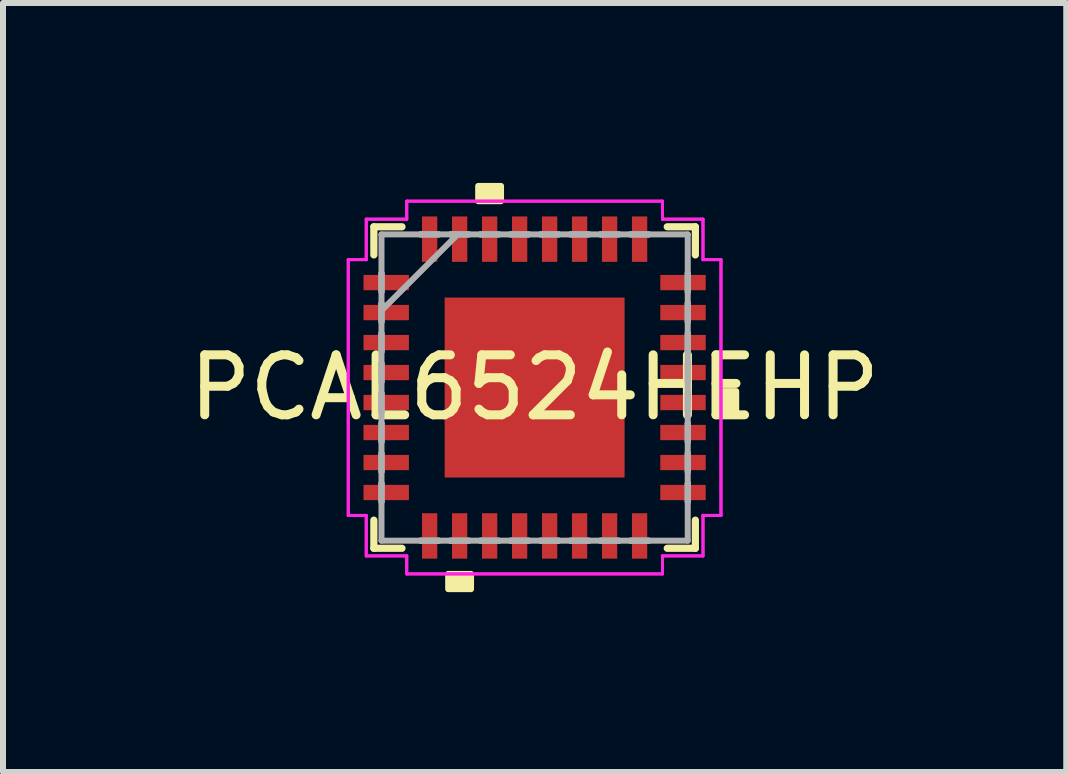
<source format=kicad_pcb>
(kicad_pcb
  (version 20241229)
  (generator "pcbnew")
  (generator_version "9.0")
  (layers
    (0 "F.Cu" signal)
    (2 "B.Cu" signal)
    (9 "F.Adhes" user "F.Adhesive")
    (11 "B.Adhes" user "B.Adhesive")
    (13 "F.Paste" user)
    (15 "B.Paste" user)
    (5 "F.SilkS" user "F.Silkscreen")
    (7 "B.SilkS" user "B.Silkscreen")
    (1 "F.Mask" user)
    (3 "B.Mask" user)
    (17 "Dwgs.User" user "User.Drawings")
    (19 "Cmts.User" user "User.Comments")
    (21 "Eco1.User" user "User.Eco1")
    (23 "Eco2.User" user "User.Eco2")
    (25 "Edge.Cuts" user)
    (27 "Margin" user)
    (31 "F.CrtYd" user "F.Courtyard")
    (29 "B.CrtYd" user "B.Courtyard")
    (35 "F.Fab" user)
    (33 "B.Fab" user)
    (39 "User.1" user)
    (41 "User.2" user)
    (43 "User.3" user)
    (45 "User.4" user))
  (footprint "PCAL6524HEHP"
    (layer "F.Cu")
    (at 5.863 3.411)
    (property "Reference" "PCAL6524HEHP" (at 0 0 0) (layer "F.SilkS") (effects (font (size 1 1) (thickness 0.15))))
    (attr smd)
    (fp_poly (pts (xy -1.549 -1.549) (xy 1.549 -1.549) (xy 1.549 1.549) (xy -1.549 1.549)) (stroke (width 0.1) (type solid)) (fill yes) (layer "F.Mask"))
    (fp_line (start -2.68 -2.68) (end -2.68 -2.211) (stroke (width 0.12) (type solid)) (layer "F.SilkS"))
    (fp_line (start -2.68 2.211) (end -2.68 2.68) (stroke (width 0.12) (type solid)) (layer "F.SilkS"))
    (fp_line (start -2.68 2.68) (end -2.211 2.68) (stroke (width 0.12) (type solid)) (layer "F.SilkS"))
    (fp_line (start -2.211 -2.68) (end -2.68 -2.68) (stroke (width 0.12) (type solid)) (layer "F.SilkS"))
    (fp_line (start 2.211 2.68) (end 2.68 2.68) (stroke (width 0.12) (type solid)) (layer "F.SilkS"))
    (fp_line (start 2.68 -2.68) (end 2.211 -2.68) (stroke (width 0.12) (type solid)) (layer "F.SilkS"))
    (fp_line (start 2.68 -2.211) (end 2.68 -2.68) (stroke (width 0.12) (type solid)) (layer "F.SilkS"))
    (fp_line (start 2.68 2.68) (end 2.68 2.211) (stroke (width 0.12) (type solid)) (layer "F.SilkS"))
    (fp_poly (pts (xy -1.441 3.107) (xy -1.441 3.361) (xy -1.06 3.361) (xy -1.06 3.107)) (stroke (width 0.1) (type solid)) (fill yes) (layer "F.SilkS"))
    (fp_poly (pts (xy -0.941 -3.107) (xy -0.941 -3.361) (xy -0.56 -3.361) (xy -0.56 -3.107)) (stroke (width 0.1) (type solid)) (fill yes) (layer "F.SilkS"))
    (fp_poly (pts (xy 3.361 0.06) (xy 3.361 0.441) (xy 3.107 0.441) (xy 3.107 0.06)) (stroke (width 0.1) (type solid)) (fill yes) (layer "F.SilkS"))
    (fp_line (start -3.107 -2.132) (end -2.807 -2.132) (stroke (width 0.05) (type solid)) (layer "F.CrtYd"))
    (fp_line (start -3.107 -2.132) (end -2.807 -2.132) (stroke (width 0.05) (type solid)) (layer "F.CrtYd"))
    (fp_line (start -3.107 2.132) (end -3.107 -2.132) (stroke (width 0.05) (type solid)) (layer "F.CrtYd"))
    (fp_line (start -3.107 2.132) (end -3.107 -2.132) (stroke (width 0.05) (type solid)) (layer "F.CrtYd"))
    (fp_line (start -2.807 -2.807) (end -2.132 -2.807) (stroke (width 0.05) (type solid)) (layer "F.CrtYd"))
    (fp_line (start -2.807 -2.807) (end -2.132 -2.807) (stroke (width 0.05) (type solid)) (layer "F.CrtYd"))
    (fp_line (start -2.807 -2.132) (end -2.807 -2.807) (stroke (width 0.05) (type solid)) (layer "F.CrtYd"))
    (fp_line (start -2.807 -2.132) (end -2.807 -2.807) (stroke (width 0.05) (type solid)) (layer "F.CrtYd"))
    (fp_line (start -2.807 2.132) (end -3.107 2.132) (stroke (width 0.05) (type solid)) (layer "F.CrtYd"))
    (fp_line (start -2.807 2.132) (end -3.107 2.132) (stroke (width 0.05) (type solid)) (layer "F.CrtYd"))
    (fp_line (start -2.807 2.807) (end -2.807 2.132) (stroke (width 0.05) (type solid)) (layer "F.CrtYd"))
    (fp_line (start -2.807 2.807) (end -2.807 2.132) (stroke (width 0.05) (type solid)) (layer "F.CrtYd"))
    (fp_line (start -2.132 -3.107) (end 2.132 -3.107) (stroke (width 0.05) (type solid)) (layer "F.CrtYd"))
    (fp_line (start -2.132 -3.107) (end 2.132 -3.107) (stroke (width 0.05) (type solid)) (layer "F.CrtYd"))
    (fp_line (start -2.132 -2.807) (end -2.132 -3.107) (stroke (width 0.05) (type solid)) (layer "F.CrtYd"))
    (fp_line (start -2.132 -2.807) (end -2.132 -3.107) (stroke (width 0.05) (type solid)) (layer "F.CrtYd"))
    (fp_line (start -2.132 2.807) (end -2.807 2.807) (stroke (width 0.05) (type solid)) (layer "F.CrtYd"))
    (fp_line (start -2.132 2.807) (end -2.807 2.807) (stroke (width 0.05) (type solid)) (layer "F.CrtYd"))
    (fp_line (start -2.132 3.107) (end -2.132 2.807) (stroke (width 0.05) (type solid)) (layer "F.CrtYd"))
    (fp_line (start -2.132 3.107) (end -2.132 2.807) (stroke (width 0.05) (type solid)) (layer "F.CrtYd"))
    (fp_line (start 2.132 -3.107) (end 2.132 -2.807) (stroke (width 0.05) (type solid)) (layer "F.CrtYd"))
    (fp_line (start 2.132 -3.107) (end 2.132 -2.807) (stroke (width 0.05) (type solid)) (layer "F.CrtYd"))
    (fp_line (start 2.132 -2.807) (end 2.807 -2.807) (stroke (width 0.05) (type solid)) (layer "F.CrtYd"))
    (fp_line (start 2.132 -2.807) (end 2.807 -2.807) (stroke (width 0.05) (type solid)) (layer "F.CrtYd"))
    (fp_line (start 2.132 2.807) (end 2.132 3.107) (stroke (width 0.05) (type solid)) (layer "F.CrtYd"))
    (fp_line (start 2.132 2.807) (end 2.132 3.107) (stroke (width 0.05) (type solid)) (layer "F.CrtYd"))
    (fp_line (start 2.132 3.107) (end -2.132 3.107) (stroke (width 0.05) (type solid)) (layer "F.CrtYd"))
    (fp_line (start 2.132 3.107) (end -2.132 3.107) (stroke (width 0.05) (type solid)) (layer "F.CrtYd"))
    (fp_line (start 2.807 -2.807) (end 2.807 -2.132) (stroke (width 0.05) (type solid)) (layer "F.CrtYd"))
    (fp_line (start 2.807 -2.807) (end 2.807 -2.132) (stroke (width 0.05) (type solid)) (layer "F.CrtYd"))
    (fp_line (start 2.807 -2.132) (end 3.107 -2.132) (stroke (width 0.05) (type solid)) (layer "F.CrtYd"))
    (fp_line (start 2.807 -2.132) (end 3.107 -2.132) (stroke (width 0.05) (type solid)) (layer "F.CrtYd"))
    (fp_line (start 2.807 2.132) (end 2.807 2.807) (stroke (width 0.05) (type solid)) (layer "F.CrtYd"))
    (fp_line (start 2.807 2.132) (end 2.807 2.807) (stroke (width 0.05) (type solid)) (layer "F.CrtYd"))
    (fp_line (start 2.807 2.807) (end 2.132 2.807) (stroke (width 0.05) (type solid)) (layer "F.CrtYd"))
    (fp_line (start 2.807 2.807) (end 2.132 2.807) (stroke (width 0.05) (type solid)) (layer "F.CrtYd"))
    (fp_line (start 3.107 -2.132) (end 3.107 2.132) (stroke (width 0.05) (type solid)) (layer "F.CrtYd"))
    (fp_line (start 3.107 -2.132) (end 3.107 2.132) (stroke (width 0.05) (type solid)) (layer "F.CrtYd"))
    (fp_line (start 3.107 2.132) (end 2.807 2.132) (stroke (width 0.05) (type solid)) (layer "F.CrtYd"))
    (fp_line (start 3.107 2.132) (end 2.807 2.132) (stroke (width 0.05) (type solid)) (layer "F.CrtYd"))
    (fp_line (start -2.553 -2.553) (end -2.553 2.553) (stroke (width 0.1) (type solid)) (layer "F.Fab"))
    (fp_line (start -2.553 -1.903) (end -2.553 -1.903) (stroke (width 0.1) (type solid)) (layer "F.Fab"))
    (fp_line (start -2.553 -1.903) (end -2.553 -1.598) (stroke (width 0.1) (type solid)) (layer "F.Fab"))
    (fp_line (start -2.553 -1.598) (end -2.553 -1.903) (stroke (width 0.1) (type solid)) (layer "F.Fab"))
    (fp_line (start -2.553 -1.598) (end -2.553 -1.598) (stroke (width 0.1) (type solid)) (layer "F.Fab"))
    (fp_line (start -2.553 -1.403) (end -2.553 -1.403) (stroke (width 0.1) (type solid)) (layer "F.Fab"))
    (fp_line (start -2.553 -1.403) (end -2.553 -1.098) (stroke (width 0.1) (type solid)) (layer "F.Fab"))
    (fp_line (start -2.553 -1.283) (end -1.283 -2.553) (stroke (width 0.1) (type solid)) (layer "F.Fab"))
    (fp_line (start -2.553 -1.098) (end -2.553 -1.403) (stroke (width 0.1) (type solid)) (layer "F.Fab"))
    (fp_line (start -2.553 -1.098) (end -2.553 -1.098) (stroke (width 0.1) (type solid)) (layer "F.Fab"))
    (fp_line (start -2.553 -0.903) (end -2.553 -0.903) (stroke (width 0.1) (type solid)) (layer "F.Fab"))
    (fp_line (start -2.553 -0.903) (end -2.553 -0.598) (stroke (width 0.1) (type solid)) (layer "F.Fab"))
    (fp_line (start -2.553 -0.598) (end -2.553 -0.903) (stroke (width 0.1) (type solid)) (layer "F.Fab"))
    (fp_line (start -2.553 -0.598) (end -2.553 -0.598) (stroke (width 0.1) (type solid)) (layer "F.Fab"))
    (fp_line (start -2.553 -0.402) (end -2.553 -0.402) (stroke (width 0.1) (type solid)) (layer "F.Fab"))
    (fp_line (start -2.553 -0.402) (end -2.553 -0.098) (stroke (width 0.1) (type solid)) (layer "F.Fab"))
    (fp_line (start -2.553 -0.098) (end -2.553 -0.402) (stroke (width 0.1) (type solid)) (layer "F.Fab"))
    (fp_line (start -2.553 -0.098) (end -2.553 -0.098) (stroke (width 0.1) (type solid)) (layer "F.Fab"))
    (fp_line (start -2.553 0.098) (end -2.553 0.098) (stroke (width 0.1) (type solid)) (layer "F.Fab"))
    (fp_line (start -2.553 0.098) (end -2.553 0.402) (stroke (width 0.1) (type solid)) (layer "F.Fab"))
    (fp_line (start -2.553 0.402) (end -2.553 0.098) (stroke (width 0.1) (type solid)) (layer "F.Fab"))
    (fp_line (start -2.553 0.402) (end -2.553 0.402) (stroke (width 0.1) (type solid)) (layer "F.Fab"))
    (fp_line (start -2.553 0.598) (end -2.553 0.598) (stroke (width 0.1) (type solid)) (layer "F.Fab"))
    (fp_line (start -2.553 0.598) (end -2.553 0.903) (stroke (width 0.1) (type solid)) (layer "F.Fab"))
    (fp_line (start -2.553 0.903) (end -2.553 0.598) (stroke (width 0.1) (type solid)) (layer "F.Fab"))
    (fp_line (start -2.553 0.903) (end -2.553 0.903) (stroke (width 0.1) (type solid)) (layer "F.Fab"))
    (fp_line (start -2.553 1.098) (end -2.553 1.098) (stroke (width 0.1) (type solid)) (layer "F.Fab"))
    (fp_line (start -2.553 1.098) (end -2.553 1.403) (stroke (width 0.1) (type solid)) (layer "F.Fab"))
    (fp_line (start -2.553 1.403) (end -2.553 1.098) (stroke (width 0.1) (type solid)) (layer "F.Fab"))
    (fp_line (start -2.553 1.403) (end -2.553 1.403) (stroke (width 0.1) (type solid)) (layer "F.Fab"))
    (fp_line (start -2.553 1.598) (end -2.553 1.598) (stroke (width 0.1) (type solid)) (layer "F.Fab"))
    (fp_line (start -2.553 1.598) (end -2.553 1.903) (stroke (width 0.1) (type solid)) (layer "F.Fab"))
    (fp_line (start -2.553 1.903) (end -2.553 1.598) (stroke (width 0.1) (type solid)) (layer "F.Fab"))
    (fp_line (start -2.553 1.903) (end -2.553 1.903) (stroke (width 0.1) (type solid)) (layer "F.Fab"))
    (fp_line (start -2.553 2.553) (end 2.553 2.553) (stroke (width 0.1) (type solid)) (layer "F.Fab"))
    (fp_line (start -1.903 -2.553) (end -1.903 -2.553) (stroke (width 0.1) (type solid)) (layer "F.Fab"))
    (fp_line (start -1.903 -2.553) (end -1.598 -2.553) (stroke (width 0.1) (type solid)) (layer "F.Fab"))
    (fp_line (start -1.903 2.553) (end -1.903 2.553) (stroke (width 0.1) (type solid)) (layer "F.Fab"))
    (fp_line (start -1.903 2.553) (end -1.598 2.553) (stroke (width 0.1) (type solid)) (layer "F.Fab"))
    (fp_line (start -1.598 -2.553) (end -1.903 -2.553) (stroke (width 0.1) (type solid)) (layer "F.Fab"))
    (fp_line (start -1.598 -2.553) (end -1.598 -2.553) (stroke (width 0.1) (type solid)) (layer "F.Fab"))
    (fp_line (start -1.598 2.553) (end -1.903 2.553) (stroke (width 0.1) (type solid)) (layer "F.Fab"))
    (fp_line (start -1.598 2.553) (end -1.598 2.553) (stroke (width 0.1) (type solid)) (layer "F.Fab"))
    (fp_line (start -1.403 -2.553) (end -1.403 -2.553) (stroke (width 0.1) (type solid)) (layer "F.Fab"))
    (fp_line (start -1.403 -2.553) (end -1.098 -2.553) (stroke (width 0.1) (type solid)) (layer "F.Fab"))
    (fp_line (start -1.403 2.553) (end -1.403 2.553) (stroke (width 0.1) (type solid)) (layer "F.Fab"))
    (fp_line (start -1.403 2.553) (end -1.098 2.553) (stroke (width 0.1) (type solid)) (layer "F.Fab"))
    (fp_line (start -1.098 -2.553) (end -1.403 -2.553) (stroke (width 0.1) (type solid)) (layer "F.Fab"))
    (fp_line (start -1.098 -2.553) (end -1.098 -2.553) (stroke (width 0.1) (type solid)) (layer "F.Fab"))
    (fp_line (start -1.098 2.553) (end -1.403 2.553) (stroke (width 0.1) (type solid)) (layer "F.Fab"))
    (fp_line (start -1.098 2.553) (end -1.098 2.553) (stroke (width 0.1) (type solid)) (layer "F.Fab"))
    (fp_line (start -0.903 -2.553) (end -0.903 -2.553) (stroke (width 0.1) (type solid)) (layer "F.Fab"))
    (fp_line (start -0.903 -2.553) (end -0.598 -2.553) (stroke (width 0.1) (type solid)) (layer "F.Fab"))
    (fp_line (start -0.903 2.553) (end -0.903 2.553) (stroke (width 0.1) (type solid)) (layer "F.Fab"))
    (fp_line (start -0.903 2.553) (end -0.598 2.553) (stroke (width 0.1) (type solid)) (layer "F.Fab"))
    (fp_line (start -0.598 -2.553) (end -0.903 -2.553) (stroke (width 0.1) (type solid)) (layer "F.Fab"))
    (fp_line (start -0.598 -2.553) (end -0.598 -2.553) (stroke (width 0.1) (type solid)) (layer "F.Fab"))
    (fp_line (start -0.598 2.553) (end -0.903 2.553) (stroke (width 0.1) (type solid)) (layer "F.Fab"))
    (fp_line (start -0.598 2.553) (end -0.598 2.553) (stroke (width 0.1) (type solid)) (layer "F.Fab"))
    (fp_line (start -0.402 -2.553) (end -0.402 -2.553) (stroke (width 0.1) (type solid)) (layer "F.Fab"))
    (fp_line (start -0.402 -2.553) (end -0.098 -2.553) (stroke (width 0.1) (type solid)) (layer "F.Fab"))
    (fp_line (start -0.402 2.553) (end -0.402 2.553) (stroke (width 0.1) (type solid)) (layer "F.Fab"))
    (fp_line (start -0.402 2.553) (end -0.098 2.553) (stroke (width 0.1) (type solid)) (layer "F.Fab"))
    (fp_line (start -0.098 -2.553) (end -0.402 -2.553) (stroke (width 0.1) (type solid)) (layer "F.Fab"))
    (fp_line (start -0.098 -2.553) (end -0.098 -2.553) (stroke (width 0.1) (type solid)) (layer "F.Fab"))
    (fp_line (start -0.098 2.553) (end -0.402 2.553) (stroke (width 0.1) (type solid)) (layer "F.Fab"))
    (fp_line (start -0.098 2.553) (end -0.098 2.553) (stroke (width 0.1) (type solid)) (layer "F.Fab"))
    (fp_line (start 0.098 -2.553) (end 0.098 -2.553) (stroke (width 0.1) (type solid)) (layer "F.Fab"))
    (fp_line (start 0.098 -2.553) (end 0.402 -2.553) (stroke (width 0.1) (type solid)) (layer "F.Fab"))
    (fp_line (start 0.098 2.553) (end 0.098 2.553) (stroke (width 0.1) (type solid)) (layer "F.Fab"))
    (fp_line (start 0.098 2.553) (end 0.402 2.553) (stroke (width 0.1) (type solid)) (layer "F.Fab"))
    (fp_line (start 0.402 -2.553) (end 0.098 -2.553) (stroke (width 0.1) (type solid)) (layer "F.Fab"))
    (fp_line (start 0.402 -2.553) (end 0.402 -2.553) (stroke (width 0.1) (type solid)) (layer "F.Fab"))
    (fp_line (start 0.402 2.553) (end 0.098 2.553) (stroke (width 0.1) (type solid)) (layer "F.Fab"))
    (fp_line (start 0.402 2.553) (end 0.402 2.553) (stroke (width 0.1) (type solid)) (layer "F.Fab"))
    (fp_line (start 0.598 -2.553) (end 0.598 -2.553) (stroke (width 0.1) (type solid)) (layer "F.Fab"))
    (fp_line (start 0.598 -2.553) (end 0.903 -2.553) (stroke (width 0.1) (type solid)) (layer "F.Fab"))
    (fp_line (start 0.598 2.553) (end 0.598 2.553) (stroke (width 0.1) (type solid)) (layer "F.Fab"))
    (fp_line (start 0.598 2.553) (end 0.903 2.553) (stroke (width 0.1) (type solid)) (layer "F.Fab"))
    (fp_line (start 0.903 -2.553) (end 0.598 -2.553) (stroke (width 0.1) (type solid)) (layer "F.Fab"))
    (fp_line (start 0.903 -2.553) (end 0.903 -2.553) (stroke (width 0.1) (type solid)) (layer "F.Fab"))
    (fp_line (start 0.903 2.553) (end 0.598 2.553) (stroke (width 0.1) (type solid)) (layer "F.Fab"))
    (fp_line (start 0.903 2.553) (end 0.903 2.553) (stroke (width 0.1) (type solid)) (layer "F.Fab"))
    (fp_line (start 1.098 -2.553) (end 1.098 -2.553) (stroke (width 0.1) (type solid)) (layer "F.Fab"))
    (fp_line (start 1.098 -2.553) (end 1.403 -2.553) (stroke (width 0.1) (type solid)) (layer "F.Fab"))
    (fp_line (start 1.098 2.553) (end 1.098 2.553) (stroke (width 0.1) (type solid)) (layer "F.Fab"))
    (fp_line (start 1.098 2.553) (end 1.403 2.553) (stroke (width 0.1) (type solid)) (layer "F.Fab"))
    (fp_line (start 1.403 -2.553) (end 1.098 -2.553) (stroke (width 0.1) (type solid)) (layer "F.Fab"))
    (fp_line (start 1.403 -2.553) (end 1.403 -2.553) (stroke (width 0.1) (type solid)) (layer "F.Fab"))
    (fp_line (start 1.403 2.553) (end 1.098 2.553) (stroke (width 0.1) (type solid)) (layer "F.Fab"))
    (fp_line (start 1.403 2.553) (end 1.403 2.553) (stroke (width 0.1) (type solid)) (layer "F.Fab"))
    (fp_line (start 1.598 -2.553) (end 1.598 -2.553) (stroke (width 0.1) (type solid)) (layer "F.Fab"))
    (fp_line (start 1.598 -2.553) (end 1.903 -2.553) (stroke (width 0.1) (type solid)) (layer "F.Fab"))
    (fp_line (start 1.598 2.553) (end 1.598 2.553) (stroke (width 0.1) (type solid)) (layer "F.Fab"))
    (fp_line (start 1.598 2.553) (end 1.903 2.553) (stroke (width 0.1) (type solid)) (layer "F.Fab"))
    (fp_line (start 1.903 -2.553) (end 1.598 -2.553) (stroke (width 0.1) (type solid)) (layer "F.Fab"))
    (fp_line (start 1.903 -2.553) (end 1.903 -2.553) (stroke (width 0.1) (type solid)) (layer "F.Fab"))
    (fp_line (start 1.903 2.553) (end 1.598 2.553) (stroke (width 0.1) (type solid)) (layer "F.Fab"))
    (fp_line (start 1.903 2.553) (end 1.903 2.553) (stroke (width 0.1) (type solid)) (layer "F.Fab"))
    (fp_line (start 2.553 -2.553) (end -2.553 -2.553) (stroke (width 0.1) (type solid)) (layer "F.Fab"))
    (fp_line (start 2.553 -1.903) (end 2.553 -1.903) (stroke (width 0.1) (type solid)) (layer "F.Fab"))
    (fp_line (start 2.553 -1.903) (end 2.553 -1.598) (stroke (width 0.1) (type solid)) (layer "F.Fab"))
    (fp_line (start 2.553 -1.598) (end 2.553 -1.903) (stroke (width 0.1) (type solid)) (layer "F.Fab"))
    (fp_line (start 2.553 -1.598) (end 2.553 -1.598) (stroke (width 0.1) (type solid)) (layer "F.Fab"))
    (fp_line (start 2.553 -1.403) (end 2.553 -1.403) (stroke (width 0.1) (type solid)) (layer "F.Fab"))
    (fp_line (start 2.553 -1.403) (end 2.553 -1.098) (stroke (width 0.1) (type solid)) (layer "F.Fab"))
    (fp_line (start 2.553 -1.098) (end 2.553 -1.403) (stroke (width 0.1) (type solid)) (layer "F.Fab"))
    (fp_line (start 2.553 -1.098) (end 2.553 -1.098) (stroke (width 0.1) (type solid)) (layer "F.Fab"))
    (fp_line (start 2.553 -0.903) (end 2.553 -0.903) (stroke (width 0.1) (type solid)) (layer "F.Fab"))
    (fp_line (start 2.553 -0.903) (end 2.553 -0.598) (stroke (width 0.1) (type solid)) (layer "F.Fab"))
    (fp_line (start 2.553 -0.598) (end 2.553 -0.903) (stroke (width 0.1) (type solid)) (layer "F.Fab"))
    (fp_line (start 2.553 -0.598) (end 2.553 -0.598) (stroke (width 0.1) (type solid)) (layer "F.Fab"))
    (fp_line (start 2.553 -0.402) (end 2.553 -0.402) (stroke (width 0.1) (type solid)) (layer "F.Fab"))
    (fp_line (start 2.553 -0.402) (end 2.553 -0.098) (stroke (width 0.1) (type solid)) (layer "F.Fab"))
    (fp_line (start 2.553 -0.098) (end 2.553 -0.402) (stroke (width 0.1) (type solid)) (layer "F.Fab"))
    (fp_line (start 2.553 -0.098) (end 2.553 -0.098) (stroke (width 0.1) (type solid)) (layer "F.Fab"))
    (fp_line (start 2.553 0.098) (end 2.553 0.098) (stroke (width 0.1) (type solid)) (layer "F.Fab"))
    (fp_line (start 2.553 0.098) (end 2.553 0.402) (stroke (width 0.1) (type solid)) (layer "F.Fab"))
    (fp_line (start 2.553 0.402) (end 2.553 0.098) (stroke (width 0.1) (type solid)) (layer "F.Fab"))
    (fp_line (start 2.553 0.402) (end 2.553 0.402) (stroke (width 0.1) (type solid)) (layer "F.Fab"))
    (fp_line (start 2.553 0.598) (end 2.553 0.598) (stroke (width 0.1) (type solid)) (layer "F.Fab"))
    (fp_line (start 2.553 0.598) (end 2.553 0.903) (stroke (width 0.1) (type solid)) (layer "F.Fab"))
    (fp_line (start 2.553 0.903) (end 2.553 0.598) (stroke (width 0.1) (type solid)) (layer "F.Fab"))
    (fp_line (start 2.553 0.903) (end 2.553 0.903) (stroke (width 0.1) (type solid)) (layer "F.Fab"))
    (fp_line (start 2.553 1.098) (end 2.553 1.098) (stroke (width 0.1) (type solid)) (layer "F.Fab"))
    (fp_line (start 2.553 1.098) (end 2.553 1.403) (stroke (width 0.1) (type solid)) (layer "F.Fab"))
    (fp_line (start 2.553 1.403) (end 2.553 1.098) (stroke (width 0.1) (type solid)) (layer "F.Fab"))
    (fp_line (start 2.553 1.403) (end 2.553 1.403) (stroke (width 0.1) (type solid)) (layer "F.Fab"))
    (fp_line (start 2.553 1.598) (end 2.553 1.598) (stroke (width 0.1) (type solid)) (layer "F.Fab"))
    (fp_line (start 2.553 1.598) (end 2.553 1.903) (stroke (width 0.1) (type solid)) (layer "F.Fab"))
    (fp_line (start 2.553 1.903) (end 2.553 1.598) (stroke (width 0.1) (type solid)) (layer "F.Fab"))
    (fp_line (start 2.553 1.903) (end 2.553 1.903) (stroke (width 0.1) (type solid)) (layer "F.Fab"))
    (fp_line (start 2.553 2.553) (end 2.553 -2.553) (stroke (width 0.1) (type solid)) (layer "F.Fab"))
    (pad "1" smd rect (at -2.474 -1.75 90) (size 0.255 0.757) (layers "F.Cu" "F.Mask" "F.Paste"))
    (pad "2" smd rect (at -2.474 -1.25 90) (size 0.255 0.757) (layers "F.Cu" "F.Mask" "F.Paste"))
    (pad "3" smd rect (at -2.474 -0.75 90) (size 0.255 0.757) (layers "F.Cu" "F.Mask" "F.Paste"))
    (pad "4" smd rect (at -2.474 -0.25 90) (size 0.255 0.757) (layers "F.Cu" "F.Mask" "F.Paste"))
    (pad "5" smd rect (at -2.474 0.25 90) (size 0.255 0.757) (layers "F.Cu" "F.Mask" "F.Paste"))
    (pad "6" smd rect (at -2.474 0.75 90) (size 0.255 0.757) (layers "F.Cu" "F.Mask" "F.Paste"))
    (pad "7" smd rect (at -2.474 1.25 90) (size 0.255 0.757) (layers "F.Cu" "F.Mask" "F.Paste"))
    (pad "8" smd rect (at -2.474 1.75 90) (size 0.255 0.757) (layers "F.Cu" "F.Mask" "F.Paste"))
    (pad "9" smd rect (at -1.75 2.474) (size 0.255 0.757) (layers "F.Cu" "F.Mask" "F.Paste"))
    (pad "10" smd rect (at -1.25 2.474) (size 0.255 0.757) (layers "F.Cu" "F.Mask" "F.Paste"))
    (pad "11" smd rect (at -0.75 2.474) (size 0.255 0.757) (layers "F.Cu" "F.Mask" "F.Paste"))
    (pad "12" smd rect (at -0.25 2.474) (size 0.255 0.757) (layers "F.Cu" "F.Mask" "F.Paste"))
    (pad "13" smd rect (at 0.25 2.474) (size 0.255 0.757) (layers "F.Cu" "F.Mask" "F.Paste"))
    (pad "14" smd rect (at 0.75 2.474) (size 0.255 0.757) (layers "F.Cu" "F.Mask" "F.Paste"))
    (pad "15" smd rect (at 1.25 2.474) (size 0.255 0.757) (layers "F.Cu" "F.Mask" "F.Paste"))
    (pad "16" smd rect (at 1.75 2.474) (size 0.255 0.757) (layers "F.Cu" "F.Mask" "F.Paste"))
    (pad "17" smd rect (at 2.474 1.75 90) (size 0.255 0.757) (layers "F.Cu" "F.Mask" "F.Paste"))
    (pad "18" smd rect (at 2.474 1.25 90) (size 0.255 0.757) (layers "F.Cu" "F.Mask" "F.Paste"))
    (pad "19" smd rect (at 2.474 0.75 90) (size 0.255 0.757) (layers "F.Cu" "F.Mask" "F.Paste"))
    (pad "20" smd rect (at 2.474 0.25 90) (size 0.255 0.757) (layers "F.Cu" "F.Mask" "F.Paste"))
    (pad "21" smd rect (at 2.474 -0.25 90) (size 0.255 0.757) (layers "F.Cu" "F.Mask" "F.Paste"))
    (pad "22" smd rect (at 2.474 -0.75 90) (size 0.255 0.757) (layers "F.Cu" "F.Mask" "F.Paste"))
    (pad "23" smd rect (at 2.474 -1.25 90) (size 0.255 0.757) (layers "F.Cu" "F.Mask" "F.Paste"))
    (pad "24" smd rect (at 2.474 -1.75 90) (size 0.255 0.757) (layers "F.Cu" "F.Mask" "F.Paste"))
    (pad "25" smd rect (at 1.75 -2.474) (size 0.255 0.757) (layers "F.Cu" "F.Mask" "F.Paste"))
    (pad "26" smd rect (at 1.25 -2.474) (size 0.255 0.757) (layers "F.Cu" "F.Mask" "F.Paste"))
    (pad "27" smd rect (at 0.75 -2.474) (size 0.255 0.757) (layers "F.Cu" "F.Mask" "F.Paste"))
    (pad "28" smd rect (at 0.25 -2.474) (size 0.255 0.757) (layers "F.Cu" "F.Mask" "F.Paste"))
    (pad "29" smd rect (at -0.25 -2.474) (size 0.255 0.757) (layers "F.Cu" "F.Mask" "F.Paste"))
    (pad "30" smd rect (at -0.75 -2.474) (size 0.255 0.757) (layers "F.Cu" "F.Mask" "F.Paste"))
    (pad "31" smd rect (at -1.25 -2.474) (size 0.255 0.757) (layers "F.Cu" "F.Mask" "F.Paste"))
    (pad "32" smd rect (at -1.75 -2.474) (size 0.255 0.757) (layers "F.Cu" "F.Mask" "F.Paste"))
    (pad "EPAD" smd rect (at 0 0) (size 3 3) (layers "F.Cu" "F.Mask" "F.Paste")))
  (gr_rect
    (start -3 -3)
    (end 14.726 9.821)
    (stroke (width 0.1) (type default))
    (fill no)
    (layer "Edge.Cuts")))
</source>
